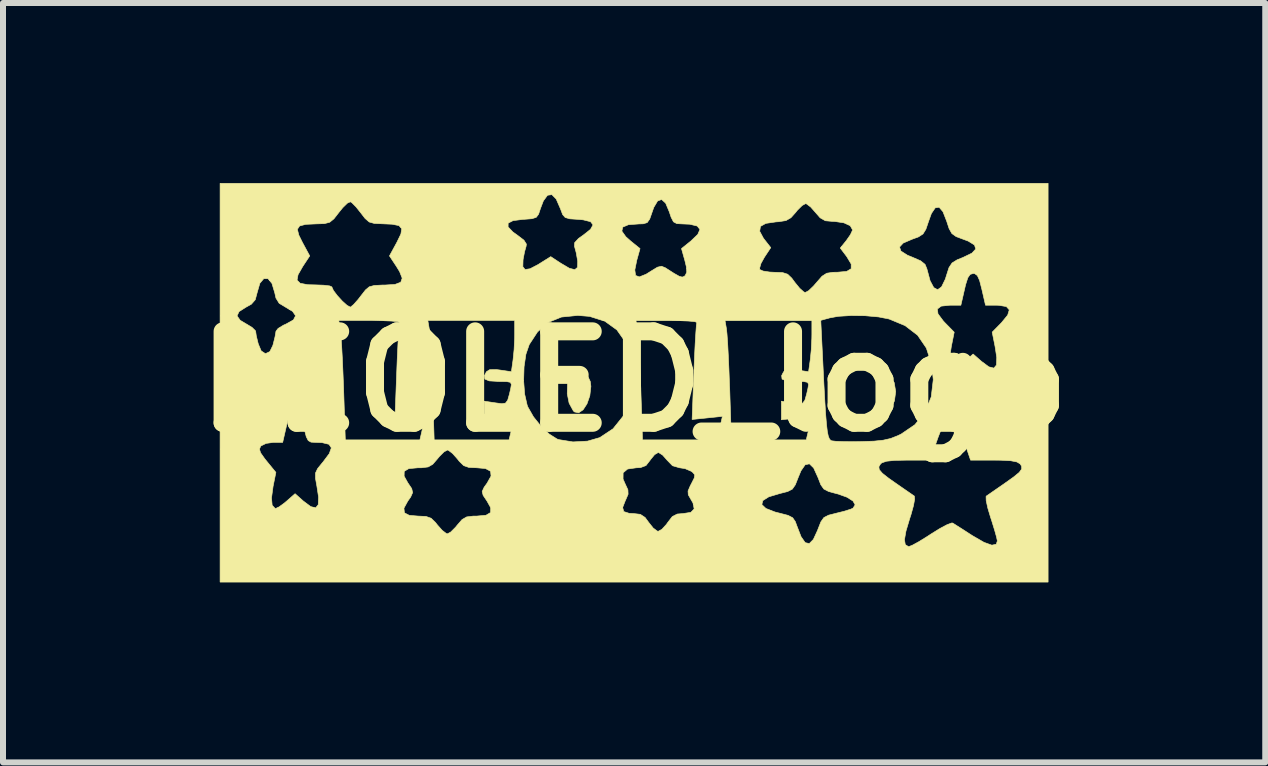
<source format=kicad_pcb>
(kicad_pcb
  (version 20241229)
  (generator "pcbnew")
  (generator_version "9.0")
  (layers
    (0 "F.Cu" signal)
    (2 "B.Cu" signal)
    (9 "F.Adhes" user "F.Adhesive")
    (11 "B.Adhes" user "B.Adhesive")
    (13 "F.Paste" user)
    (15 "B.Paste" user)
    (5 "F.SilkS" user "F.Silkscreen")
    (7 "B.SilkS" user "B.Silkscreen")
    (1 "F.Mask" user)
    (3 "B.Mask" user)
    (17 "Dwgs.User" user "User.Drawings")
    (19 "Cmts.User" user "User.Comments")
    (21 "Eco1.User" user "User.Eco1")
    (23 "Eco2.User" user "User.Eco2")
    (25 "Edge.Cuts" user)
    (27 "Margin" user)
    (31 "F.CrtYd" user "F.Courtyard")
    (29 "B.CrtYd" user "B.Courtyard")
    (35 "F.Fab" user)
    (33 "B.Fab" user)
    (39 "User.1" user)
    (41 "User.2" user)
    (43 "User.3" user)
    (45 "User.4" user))
  (footprint "LEOLED_logo"
    (layer "F.Cu")
    (at 7.518 3.307)
    (property "Reference" "LEOLED_logo" (at 0 0 0) (layer "F.SilkS") (effects (font (size 1.524 1.524) (thickness 0.3))))
    (attr through_hole)
    (fp_poly (pts (xy -0.868 -0.185) (xy -0.784 -0.113) (xy -0.73 0.002) (xy -0.72 0.083) (xy -0.738 0.239) (xy -0.785 0.373) (xy -0.85 0.473) (xy -0.924 0.523) (xy -0.995 0.508) (xy -1.013 0.49) (xy -1.083 0.362) (xy -1.114 0.206) (xy -1.11 0.049) (xy -1.071 -0.087) (xy -0.999 -0.177) (xy -0.965 -0.193) (xy -0.868 -0.185)) (stroke (width 0.01) (type solid)) (fill yes) (layer "F.SilkS"))
    (fp_poly (pts (xy 4.182 -0.174) (xy 4.256 -0.108) (xy 4.335 0.019) (xy 4.36 0.17) (xy 4.339 0.324) (xy 4.276 0.46) (xy 4.178 0.557) (xy 4.055 0.593) (xy 4.03 0.553) (xy 4.03 0.436) (xy 4.037 0.37) (xy 4.053 0.199) (xy 4.062 0.027) (xy 4.064 -0.032) (xy 4.075 -0.158) (xy 4.112 -0.204) (xy 4.182 -0.174)) (stroke (width 0.01) (type solid)) (fill yes) (layer "F.SilkS"))
    (fp_poly (pts (xy 6.9 3.344) (xy -6.9 3.344) (xy -6.9 1.128) (xy -6.244 1.128) (xy -6.225 1.19) (xy -6.156 1.288) (xy -6.123 1.329) (xy -5.97 1.516) (xy -6.017 1.75) (xy -6.043 1.942) (xy -6.032 2.064) (xy -5.984 2.115) (xy -5.972 2.117) (xy -5.962 2.112) (xy -3.836 2.112) (xy -3.828 2.19) (xy -3.746 2.232) (xy -3.602 2.244) (xy -3.468 2.25) (xy -3.383 2.28) (xy -3.31 2.351) (xy -3.278 2.392) (xy -3.198 2.482) (xy -3.129 2.535) (xy -3.111 2.54) (xy -3.055 2.509) (xy -2.976 2.43) (xy -2.945 2.392) (xy -2.867 2.302) (xy -2.791 2.258) (xy -2.68 2.244) (xy -2.621 2.244) (xy -2.468 2.23) (xy -2.392 2.185) (xy -2.39 2.105) (xy -2.392 2.101) (xy -0.191 2.101) (xy -0.172 2.169) (xy -0.083 2.198) (xy -0.008 2.202) (xy 0.104 2.215) (xy 0.183 2.267) (xy 0.244 2.35) (xy 0.318 2.443) (xy 0.386 2.494) (xy 0.402 2.498) (xy 0.463 2.465) (xy 0.538 2.383) (xy 0.561 2.35) (xy 0.637 2.252) (xy 0.719 2.21) (xy 0.816 2.202) (xy 0.946 2.182) (xy 1.001 2.124) (xy 0.987 2.052) (xy 2.129 2.052) (xy 2.197 2.117) (xy 2.348 2.176) (xy 2.431 2.197) (xy 2.566 2.232) (xy 2.643 2.272) (xy 2.687 2.336) (xy 2.712 2.405) (xy 2.783 2.588) (xy 2.852 2.687) (xy 2.92 2.702) (xy 2.988 2.633) (xy 3.058 2.481) (xy 3.063 2.467) (xy 3.113 2.34) (xy 3.163 2.269) (xy 3.241 2.229) (xy 3.367 2.197) (xy 3.504 2.163) (xy 3.611 2.129) (xy 3.648 2.112) (xy 3.684 2.057) (xy 3.648 1.993) (xy 3.549 1.93) (xy 3.399 1.876) (xy 3.376 1.871) (xy 3.241 1.834) (xy 3.162 1.793) (xy 3.112 1.722) (xy 3.064 1.599) (xy 3.062 1.595) (xy 2.992 1.441) (xy 2.972 1.422) (xy 4.079 1.422) (xy 4.086 1.47) (xy 4.138 1.531) (xy 4.245 1.615) (xy 4.372 1.704) (xy 4.503 1.795) (xy 4.609 1.868) (xy 4.668 1.909) (xy 4.671 1.911) (xy 4.676 1.961) (xy 4.656 2.071) (xy 4.614 2.223) (xy 4.594 2.283) (xy 4.531 2.494) (xy 4.506 2.638) (xy 4.52 2.721) (xy 4.571 2.751) (xy 4.581 2.752) (xy 4.639 2.729) (xy 4.747 2.67) (xy 4.886 2.584) (xy 4.95 2.542) (xy 5.095 2.452) (xy 5.215 2.388) (xy 5.293 2.359) (xy 5.31 2.36) (xy 5.365 2.395) (xy 5.471 2.462) (xy 5.607 2.55) (xy 5.643 2.573) (xy 5.832 2.682) (xy 5.963 2.729) (xy 6.036 2.713) (xy 6.054 2.658) (xy 6.041 2.595) (xy 6.007 2.474) (xy 5.959 2.319) (xy 5.943 2.271) (xy 5.895 2.111) (xy 5.868 1.987) (xy 5.866 1.918) (xy 5.87 1.911) (xy 5.922 1.875) (xy 6.023 1.805) (xy 6.152 1.716) (xy 6.169 1.704) (xy 6.325 1.593) (xy 6.419 1.516) (xy 6.46 1.459) (xy 6.458 1.412) (xy 6.433 1.374) (xy 6.38 1.342) (xy 6.278 1.322) (xy 6.111 1.313) (xy 5.995 1.312) (xy 5.608 1.312) (xy 5.482 0.942) (xy 5.404 0.733) (xy 5.337 0.607) (xy 5.276 0.564) (xy 5.214 0.603) (xy 5.147 0.725) (xy 5.067 0.93) (xy 5.063 0.942) (xy 4.932 1.312) (xy 4.545 1.312) (xy 4.341 1.316) (xy 4.207 1.33) (xy 4.13 1.356) (xy 4.108 1.374) (xy 4.079 1.422) (xy 2.972 1.422) (xy 2.922 1.373) (xy 2.851 1.389) (xy 2.781 1.49) (xy 2.737 1.596) (xy 2.687 1.723) (xy 2.637 1.795) (xy 2.559 1.835) (xy 2.429 1.868) (xy 2.245 1.923) (xy 2.145 1.986) (xy 2.129 2.052) (xy 0.987 2.052) (xy 0.981 2.025) (xy 0.948 1.968) (xy 0.903 1.889) (xy 0.899 1.826) (xy 0.936 1.74) (xy 0.954 1.706) (xy 1.003 1.609) (xy 1.011 1.556) (xy 0.978 1.517) (xy 0.954 1.498) (xy 0.849 1.453) (xy 0.757 1.439) (xy 0.64 1.405) (xy 0.55 1.312) (xy 0.476 1.228) (xy 0.41 1.186) (xy 0.402 1.185) (xy 0.343 1.219) (xy 0.276 1.3) (xy 0.268 1.312) (xy 0.198 1.402) (xy 0.107 1.436) (xy 0.038 1.439) (xy -0.109 1.46) (xy -0.183 1.523) (xy -0.184 1.627) (xy -0.149 1.707) (xy -0.103 1.806) (xy -0.1 1.88) (xy -0.14 1.974) (xy -0.145 1.983) (xy -0.191 2.101) (xy -2.392 2.101) (xy -2.451 1.995) (xy -2.516 1.898) (xy -2.532 1.834) (xy -2.499 1.763) (xy -2.45 1.695) (xy -2.384 1.577) (xy -2.392 1.497) (xy -2.476 1.452) (xy -2.621 1.439) (xy -2.755 1.433) (xy -2.84 1.403) (xy -2.913 1.332) (xy -2.945 1.291) (xy -3.025 1.201) (xy -3.094 1.148) (xy -3.111 1.143) (xy -3.168 1.174) (xy -3.247 1.253) (xy -3.278 1.291) (xy -3.356 1.381) (xy -3.432 1.425) (xy -3.543 1.439) (xy -3.602 1.439) (xy -3.755 1.453) (xy -3.831 1.498) (xy -3.833 1.578) (xy -3.772 1.688) (xy -3.706 1.786) (xy -3.691 1.853) (xy -3.724 1.927) (xy -3.772 1.995) (xy -3.836 2.112) (xy -5.962 2.112) (xy -5.917 2.091) (xy -5.828 2.026) (xy -5.79 1.994) (xy -5.65 1.871) (xy -5.512 1.994) (xy -5.389 2.086) (xy -5.307 2.107) (xy -5.264 2.054) (xy -5.259 1.927) (xy -5.286 1.75) (xy -5.31 1.615) (xy -5.31 1.527) (xy -5.275 1.453) (xy -5.197 1.357) (xy -5.185 1.343) (xy -5.08 1.203) (xy -5.046 1.107) (xy -5.085 1.048) (xy -5.2 1.02) (xy -5.309 1.016) (xy -5.384 1.012) (xy -5.431 0.986) (xy -5.464 0.921) (xy -5.496 0.797) (xy -5.507 0.751) (xy -5.545 0.603) (xy -5.582 0.521) (xy -5.626 0.49) (xy -5.651 0.487) (xy -5.701 0.502) (xy -5.74 0.56) (xy -5.778 0.677) (xy -5.796 0.751) (xy -5.857 1.016) (xy -6.014 1.016) (xy -6.134 1.033) (xy -6.217 1.074) (xy -6.223 1.079) (xy -6.244 1.128) (xy -6.9 1.128) (xy -6.9 -1.092) (xy -6.617 -1.092) (xy -6.565 -1.019) (xy -6.466 -0.96) (xy -6.368 -0.901) (xy -6.312 -0.846) (xy -6.307 -0.833) (xy -6.297 -0.762) (xy -6.27 -0.65) (xy -6.263 -0.624) (xy -6.215 -0.509) (xy -6.151 -0.467) (xy -6.138 -0.466) (xy -6.071 -0.497) (xy -6.021 -0.599) (xy -6.014 -0.624) (xy -5.985 -0.741) (xy -5.97 -0.826) (xy -5.969 -0.836) (xy -5.933 -0.883) (xy -5.843 -0.938) (xy -5.798 -0.958) (xy -5.694 -1.016) (xy -4.922 -1.016) (xy -4.896 -0.857) (xy -4.886 -0.766) (xy -4.875 -0.606) (xy -4.863 -0.394) (xy -4.852 -0.145) (xy -4.841 0.123) (xy -4.841 0.138) (xy -4.813 0.974) (xy -3.57 0.974) (xy -3.525 0.778) (xy -3.481 0.582) (xy -3.733 0.608) (xy -3.986 0.634) (xy -3.956 -0.159) (xy -3.946 -0.41) (xy -3.935 -0.632) (xy -3.924 -0.811) (xy -3.915 -0.933) (xy -3.908 -0.984) (xy -3.908 -0.984) (xy -3.94 -0.996) (xy -4.042 -1.006) (xy -4.197 -1.013) (xy -4.391 -1.016) (xy -4.406 -1.016) (xy -3.438 -1.016) (xy -3.414 -0.878) (xy -3.405 -0.794) (xy -3.394 -0.641) (xy -3.383 -0.434) (xy -3.372 -0.189) (xy -3.362 0.079) (xy -3.36 0.116) (xy -3.332 0.974) (xy -2.084 0.974) (xy -2.056 0.857) (xy -2.026 0.739) (xy -2.004 0.661) (xy -1.997 0.618) (xy -2.023 0.597) (xy -2.097 0.596) (xy -2.238 0.61) (xy -2.239 0.61) (xy -2.498 0.639) (xy -2.498 0.329) (xy -2.311 0.357) (xy -2.206 0.371) (xy -2.144 0.362) (xy -2.107 0.314) (xy -2.077 0.209) (xy -2.056 0.116) (xy -2.045 0.05) (xy -2.062 0.015) (xy -2.126 0.002) (xy -2.254 0) (xy -2.264 0) (xy -2.413 -0.009) (xy -2.42 -0.011) (xy -1.841 -0.011) (xy -1.824 0.212) (xy -1.782 0.396) (xy -1.769 0.429) (xy -1.677 0.59) (xy -1.551 0.747) (xy -1.413 0.878) (xy -1.283 0.96) (xy -1.254 0.97) (xy -1.019 1.008) (xy -0.777 0.995) (xy -0.572 0.936) (xy -0.351 0.789) (xy -0.184 0.581) (xy -0.075 0.319) (xy -0.027 0.009) (xy -0.025 -0.064) (xy -0.053 -0.387) (xy -0.142 -0.653) (xy -0.287 -0.859) (xy -0.488 -1.004) (xy -0.526 -1.016) (xy 0.031 -1.016) (xy 0.057 -0.857) (xy 0.067 -0.766) (xy 0.078 -0.606) (xy 0.09 -0.394) (xy 0.101 -0.145) (xy 0.112 0.123) (xy 0.112 0.138) (xy 0.14 0.974) (xy 1.383 0.974) (xy 1.428 0.778) (xy 1.472 0.582) (xy 1.22 0.608) (xy 0.967 0.634) (xy 0.997 -0.159) (xy 1.007 -0.41) (xy 1.018 -0.632) (xy 1.029 -0.811) (xy 1.038 -0.933) (xy 1.045 -0.984) (xy 1.045 -0.984) (xy 1.013 -0.996) (xy 0.911 -1.006) (xy 0.756 -1.013) (xy 0.562 -1.016) (xy 0.547 -1.016) (xy 1.515 -1.016) (xy 1.539 -0.878) (xy 1.548 -0.794) (xy 1.559 -0.641) (xy 1.57 -0.434) (xy 1.581 -0.189) (xy 1.591 0.079) (xy 1.593 0.116) (xy 1.621 0.974) (xy 2.869 0.974) (xy 2.897 0.857) (xy 2.927 0.739) (xy 2.949 0.661) (xy 2.956 0.618) (xy 2.93 0.597) (xy 2.856 0.596) (xy 2.715 0.61) (xy 2.714 0.61) (xy 2.455 0.639) (xy 2.455 0.329) (xy 2.642 0.357) (xy 2.747 0.371) (xy 2.809 0.362) (xy 2.846 0.314) (xy 2.876 0.209) (xy 2.897 0.116) (xy 2.908 0.05) (xy 2.891 0.015) (xy 2.827 0.002) (xy 2.699 0) (xy 2.689 0) (xy 2.54 -0.009) (xy 2.466 -0.039) (xy 2.459 -0.097) (xy 2.492 -0.162) (xy 2.547 -0.196) (xy 2.657 -0.198) (xy 2.718 -0.19) (xy 2.908 -0.162) (xy 2.936 -0.362) (xy 2.953 -0.531) (xy 2.962 -0.72) (xy 2.963 -0.789) (xy 2.963 -1.016) (xy 1.515 -1.016) (xy 0.547 -1.016) (xy 0.031 -1.016) (xy -0.526 -1.016) (xy -0.533 -1.018) (xy 3.111 -1.018) (xy 3.145 -0.329) (xy 3.163 0.038) (xy 3.179 0.329) (xy 3.193 0.553) (xy 3.207 0.719) (xy 3.221 0.837) (xy 3.237 0.914) (xy 3.256 0.959) (xy 3.278 0.983) (xy 3.295 0.99) (xy 3.366 0.998) (xy 3.499 1.003) (xy 3.673 1.004) (xy 3.789 1.002) (xy 4 0.995) (xy 4.153 0.979) (xy 4.276 0.951) (xy 4.395 0.904) (xy 4.451 0.877) (xy 4.68 0.721) (xy 4.849 0.511) (xy 4.952 0.258) (xy 4.986 -0.029) (xy 4.959 -0.284) (xy 4.871 -0.556) (xy 4.725 -0.77) (xy 4.516 -0.93) (xy 4.251 -1.04) (xy 4.075 -1.075) (xy 3.852 -1.095) (xy 3.616 -1.098) (xy 3.401 -1.085) (xy 3.26 -1.059) (xy 3.111 -1.018) (xy -0.533 -1.018) (xy -0.742 -1.084) (xy -0.939 -1.1) (xy -1.211 -1.073) (xy -1.43 -0.984) (xy -1.609 -0.826) (xy -1.748 -0.614) (xy -1.803 -0.454) (xy -1.834 -0.244) (xy -1.841 -0.011) (xy -2.42 -0.011) (xy -2.487 -0.039) (xy -2.494 -0.097) (xy -2.461 -0.162) (xy -2.406 -0.196) (xy -2.296 -0.198) (xy -2.235 -0.19) (xy -2.045 -0.162) (xy -2.017 -0.362) (xy -2 -0.531) (xy -1.991 -0.72) (xy -1.99 -0.789) (xy -1.99 -1.016) (xy -3.438 -1.016) (xy -4.406 -1.016) (xy -4.922 -1.016) (xy -5.694 -1.016) (xy -5.678 -1.025) (xy -5.642 -1.095) (xy -5.692 -1.168) (xy -5.758 -1.207) (xy 5.054 -1.207) (xy 5.065 -1.126) (xy 5.153 -1.008) (xy 5.18 -0.979) (xy 5.335 -0.821) (xy 5.287 -0.582) (xy 5.258 -0.387) (xy 5.266 -0.266) (xy 5.313 -0.22) (xy 5.398 -0.247) (xy 5.512 -0.334) (xy 5.65 -0.457) (xy 5.79 -0.334) (xy 5.913 -0.243) (xy 5.996 -0.222) (xy 6.039 -0.273) (xy 6.044 -0.399) (xy 6.016 -0.582) (xy 5.968 -0.821) (xy 6.123 -0.979) (xy 6.226 -1.105) (xy 6.253 -1.193) (xy 6.204 -1.248) (xy 6.077 -1.269) (xy 6.041 -1.27) (xy 5.857 -1.27) (xy 5.796 -1.535) (xy 5.758 -1.683) (xy 5.721 -1.764) (xy 5.677 -1.796) (xy 5.652 -1.799) (xy 5.601 -1.784) (xy 5.562 -1.728) (xy 5.525 -1.613) (xy 5.507 -1.535) (xy 5.446 -1.27) (xy 5.262 -1.27) (xy 5.119 -1.255) (xy 5.054 -1.207) (xy -5.758 -1.207) (xy -5.807 -1.237) (xy -5.915 -1.302) (xy -5.969 -1.389) (xy -5.989 -1.478) (xy -6.036 -1.634) (xy -6.081 -1.688) (xy -5.617 -1.688) (xy -5.565 -1.636) (xy -5.439 -1.612) (xy -5.314 -1.609) (xy -5.174 -1.604) (xy -5.074 -1.592) (xy -5.038 -1.576) (xy -5.011 -1.516) (xy -4.946 -1.43) (xy -4.863 -1.339) (xy -4.784 -1.268) (xy -4.73 -1.239) (xy -4.726 -1.239) (xy -4.675 -1.281) (xy -4.598 -1.368) (xy -4.551 -1.429) (xy -4.477 -1.524) (xy -4.414 -1.577) (xy -4.332 -1.599) (xy -4.202 -1.606) (xy -4.158 -1.606) (xy -3.984 -1.617) (xy -3.889 -1.653) (xy -3.865 -1.721) (xy -3.908 -1.83) (xy -3.96 -1.915) (xy -4.077 -2.092) (xy -3.954 -2.318) (xy -3.887 -2.456) (xy -3.872 -2.546) (xy -3.899 -2.575) (xy -2.1 -2.575) (xy -2.019 -2.49) (xy -1.946 -2.438) (xy -1.836 -2.354) (xy -1.795 -2.289) (xy -1.8 -2.251) (xy -1.825 -2.163) (xy -1.849 -2.039) (xy -1.851 -2.021) (xy -1.854 -1.912) (xy -1.817 -1.865) (xy -1.734 -1.878) (xy -1.598 -1.949) (xy -1.562 -1.972) (xy -1.389 -2.08) (xy -1.225 -1.972) (xy -1.079 -1.886) (xy -0.988 -1.863) (xy -0.943 -1.901) (xy -0.94 -2.002) (xy -0.943 -2.021) (xy -0.965 -2.146) (xy -0.991 -2.243) (xy -0.994 -2.251) (xy -0.991 -2.312) (xy -0.926 -2.383) (xy -0.848 -2.438) (xy -0.763 -2.505) (xy -0.204 -2.505) (xy -0.138 -2.412) (xy -0.056 -2.339) (xy 0.099 -2.214) (xy 0.045 -2.021) (xy 0.012 -1.858) (xy 0.025 -1.766) (xy 0.087 -1.742) (xy 0.2 -1.787) (xy 0.286 -1.841) (xy 0.389 -1.904) (xy 0.457 -1.92) (xy 0.521 -1.894) (xy 0.527 -1.89) (xy 0.666 -1.801) (xy 0.751 -1.753) (xy 0.802 -1.739) (xy 0.835 -1.751) (xy 0.852 -1.766) (xy 0.878 -1.821) (xy 0.873 -1.885) (xy 2.091 -1.885) (xy 2.094 -1.865) (xy 2.149 -1.84) (xy 2.259 -1.823) (xy 2.341 -1.819) (xy 2.475 -1.814) (xy 2.559 -1.787) (xy 2.627 -1.722) (xy 2.68 -1.65) (xy 2.76 -1.552) (xy 2.829 -1.491) (xy 2.853 -1.482) (xy 2.909 -1.512) (xy 2.991 -1.591) (xy 3.043 -1.651) (xy 3.132 -1.753) (xy 3.21 -1.803) (xy 3.313 -1.819) (xy 3.39 -1.82) (xy 3.543 -1.834) (xy 3.618 -1.878) (xy 3.618 -1.957) (xy 3.546 -2.077) (xy 3.542 -2.083) (xy 3.436 -2.223) (xy 3.45 -2.24) (xy 4.424 -2.24) (xy 4.447 -2.173) (xy 4.555 -2.104) (xy 4.641 -2.069) (xy 4.776 -2.01) (xy 4.849 -1.951) (xy 4.881 -1.874) (xy 4.881 -1.872) (xy 4.933 -1.679) (xy 4.994 -1.564) (xy 5.059 -1.529) (xy 5.124 -1.576) (xy 5.187 -1.705) (xy 5.206 -1.766) (xy 5.248 -1.897) (xy 5.299 -1.974) (xy 5.384 -2.027) (xy 5.481 -2.066) (xy 5.63 -2.138) (xy 5.694 -2.207) (xy 5.673 -2.274) (xy 5.568 -2.339) (xy 5.487 -2.369) (xy 5.367 -2.414) (xy 5.296 -2.465) (xy 5.25 -2.547) (xy 5.21 -2.669) (xy 5.148 -2.828) (xy 5.084 -2.903) (xy 5.019 -2.893) (xy 4.955 -2.799) (xy 4.908 -2.669) (xy 4.863 -2.536) (xy 4.815 -2.458) (xy 4.74 -2.409) (xy 4.631 -2.369) (xy 4.485 -2.306) (xy 4.424 -2.24) (xy 3.45 -2.24) (xy 3.538 -2.349) (xy 3.605 -2.445) (xy 3.639 -2.518) (xy 3.64 -2.528) (xy 3.602 -2.595) (xy 3.497 -2.643) (xy 3.345 -2.666) (xy 3.307 -2.667) (xy 3.187 -2.678) (xy 3.101 -2.727) (xy 3.024 -2.815) (xy 2.944 -2.906) (xy 2.875 -2.958) (xy 2.857 -2.963) (xy 2.801 -2.932) (xy 2.722 -2.854) (xy 2.693 -2.817) (xy 2.613 -2.728) (xy 2.531 -2.681) (xy 2.41 -2.662) (xy 2.364 -2.659) (xy 2.195 -2.634) (xy 2.106 -2.584) (xy 2.093 -2.503) (xy 2.154 -2.389) (xy 2.169 -2.369) (xy 2.278 -2.23) (xy 2.172 -2.07) (xy 2.114 -1.965) (xy 2.091 -1.885) (xy 0.873 -1.885) (xy 0.87 -1.915) (xy 0.846 -2.015) (xy 0.79 -2.214) (xy 0.945 -2.339) (xy 1.061 -2.45) (xy 1.097 -2.533) (xy 1.052 -2.59) (xy 0.927 -2.62) (xy 0.808 -2.625) (xy 0.712 -2.63) (xy 0.656 -2.66) (xy 0.617 -2.736) (xy 0.587 -2.826) (xy 0.526 -2.971) (xy 0.459 -3.032) (xy 0.392 -3.008) (xy 0.328 -2.9) (xy 0.302 -2.826) (xy 0.26 -2.706) (xy 0.218 -2.647) (xy 0.152 -2.627) (xy 0.081 -2.625) (xy -0.094 -2.612) (xy -0.189 -2.572) (xy -0.204 -2.505) (xy -0.763 -2.505) (xy -0.726 -2.535) (xy -0.685 -2.609) (xy -0.725 -2.662) (xy -0.848 -2.693) (xy -0.936 -2.701) (xy -1.072 -2.71) (xy -1.148 -2.732) (xy -1.191 -2.781) (xy -1.226 -2.874) (xy -1.229 -2.881) (xy -1.298 -3.039) (xy -1.37 -3.113) (xy -1.443 -3.103) (xy -1.512 -3.009) (xy -1.561 -2.881) (xy -1.592 -2.787) (xy -1.631 -2.735) (xy -1.702 -2.712) (xy -1.829 -2.702) (xy -1.853 -2.701) (xy -2.017 -2.68) (xy -2.099 -2.638) (xy -2.1 -2.575) (xy -3.899 -2.575) (xy -3.918 -2.597) (xy -4.033 -2.62) (xy -4.191 -2.627) (xy -4.329 -2.633) (xy -4.415 -2.657) (xy -4.484 -2.717) (xy -4.551 -2.804) (xy -4.633 -2.907) (xy -4.703 -2.978) (xy -4.728 -2.994) (xy -4.778 -2.972) (xy -4.855 -2.897) (xy -4.918 -2.819) (xy -5.003 -2.71) (xy -5.073 -2.653) (xy -5.161 -2.63) (xy -5.292 -2.626) (xy -5.472 -2.618) (xy -5.575 -2.591) (xy -5.612 -2.535) (xy -5.588 -2.439) (xy -5.528 -2.318) (xy -5.406 -2.092) (xy -5.523 -1.915) (xy -5.601 -1.778) (xy -5.617 -1.688) (xy -6.081 -1.688) (xy -6.101 -1.713) (xy -6.172 -1.713) (xy -6.237 -1.636) (xy -6.282 -1.481) (xy -6.314 -1.361) (xy -6.379 -1.287) (xy -6.467 -1.238) (xy -6.584 -1.164) (xy -6.617 -1.092) (xy -6.9 -1.092) (xy -6.9 -3.302) (xy 6.9 -3.302) (xy 6.9 3.344)) (stroke (width 0.01) (type solid)) (fill yes) (layer "F.SilkS")))
  (gr_rect
    (start -3 -3)
    (end 18.037 9.656)
    (stroke (width 0.1) (type default))
    (fill no)
    (layer "Edge.Cuts")))
</source>
